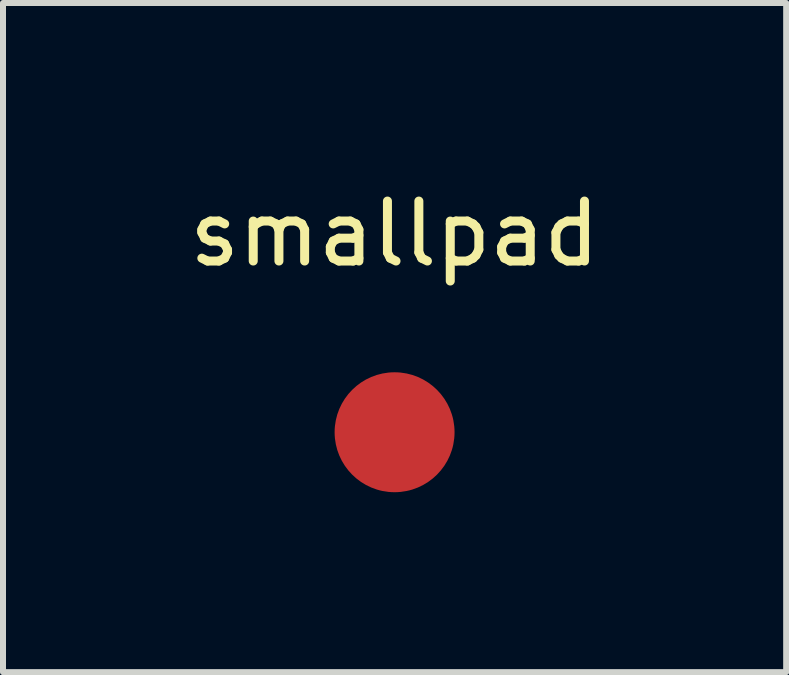
<source format=kicad_pcb>
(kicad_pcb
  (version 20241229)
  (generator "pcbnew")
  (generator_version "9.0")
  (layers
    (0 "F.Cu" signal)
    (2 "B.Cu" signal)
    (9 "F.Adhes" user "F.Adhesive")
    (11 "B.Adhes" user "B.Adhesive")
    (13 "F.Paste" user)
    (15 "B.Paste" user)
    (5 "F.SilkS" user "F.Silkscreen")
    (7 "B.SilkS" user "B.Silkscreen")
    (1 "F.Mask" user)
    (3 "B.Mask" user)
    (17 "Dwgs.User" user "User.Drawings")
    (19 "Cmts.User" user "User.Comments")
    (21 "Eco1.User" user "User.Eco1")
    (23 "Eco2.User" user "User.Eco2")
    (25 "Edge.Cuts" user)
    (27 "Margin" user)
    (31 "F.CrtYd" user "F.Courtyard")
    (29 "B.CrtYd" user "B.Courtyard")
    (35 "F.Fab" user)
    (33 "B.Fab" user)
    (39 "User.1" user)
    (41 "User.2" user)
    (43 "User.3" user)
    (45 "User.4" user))
  (footprint "smallpad"
    (layer "F.Cu")
    (at 3.53 0.348)
    (property "Reference" "smallpad" (at 0 0.5 0) (layer "F.SilkS") (effects (font (size 1 1) (thickness 0.15))))
    (attr through_hole)
    (pad "1" smd circle (at 0 3.81) (size 2 2) (layers "F.Cu" "F.Mask" "F.Paste")))
  (gr_rect
    (start -3 -3)
    (end 10.06 8.158)
    (stroke (width 0.1) (type default))
    (fill no)
    (layer "Edge.Cuts")))
</source>
